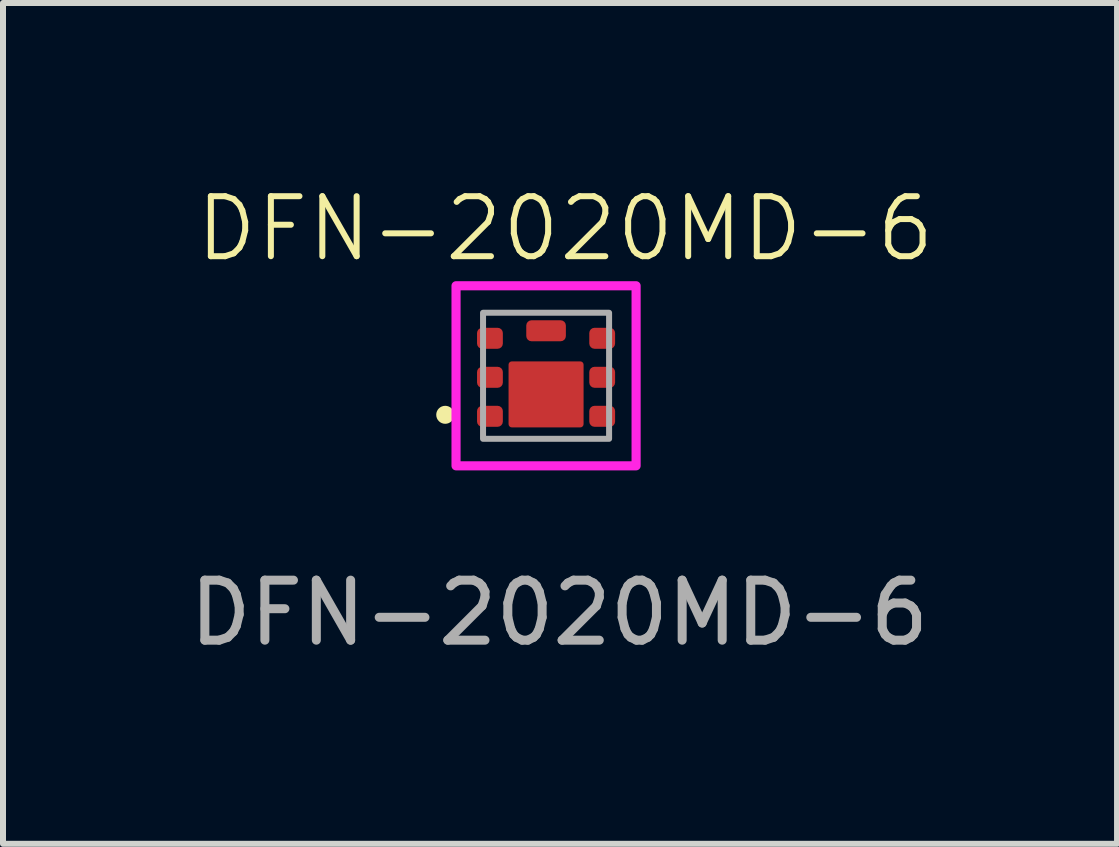
<source format=kicad_pcb>
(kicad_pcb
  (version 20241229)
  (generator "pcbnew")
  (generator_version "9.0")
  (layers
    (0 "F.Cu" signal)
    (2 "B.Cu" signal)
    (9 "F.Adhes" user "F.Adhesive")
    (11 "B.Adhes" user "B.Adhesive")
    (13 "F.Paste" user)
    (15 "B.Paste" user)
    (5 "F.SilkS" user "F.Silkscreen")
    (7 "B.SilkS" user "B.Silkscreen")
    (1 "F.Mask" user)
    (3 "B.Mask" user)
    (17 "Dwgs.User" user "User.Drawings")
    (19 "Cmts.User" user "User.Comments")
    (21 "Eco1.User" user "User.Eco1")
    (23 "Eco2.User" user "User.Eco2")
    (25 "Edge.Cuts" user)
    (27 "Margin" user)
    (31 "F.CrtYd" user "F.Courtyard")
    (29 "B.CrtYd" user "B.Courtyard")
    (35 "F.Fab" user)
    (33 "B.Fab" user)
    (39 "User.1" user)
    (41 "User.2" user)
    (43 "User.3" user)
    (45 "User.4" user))
  (footprint "DFN-2020MD-6"
    (layer "F.Cu")
    (at 5.968 3.461)
    (property "Reference" "DFN-2020MD-6" (at 0.4 -2.7 0) (unlocked yes) (layer "F.SilkS") (effects (font (size 1 1) (thickness 0.1))))
    (attr smd)
    (fp_circle (center -1.6 0.4) (end -1.5 0.4) (stroke (width 0.1) (type solid)) (fill yes) (layer "F.SilkS"))
    (fp_rect (start -1.42 -1.75) (end 1.58 1.25) (stroke (width 0.152) (type solid)) (fill no) (layer "F.CrtYd"))
    (fp_rect (start -0.97 -1.3) (end 1.13 0.8) (stroke (width 0.1) (type solid)) (fill no) (layer "F.Fab"))
    (fp_text user "${REFERENCE}" (at 0.3 3.7 0) (unlocked yes) (layer "F.Fab") (effects (font (size 1 1) (thickness 0.15))))
    (pad "1" smd roundrect (at -0.855 0.425) (size 0.43 0.35) (layers "F.Cu" "F.Mask" "F.Paste") (roundrect_rratio 0.25))
    (pad "2" smd roundrect (at -0.855 -0.225) (size 0.43 0.35) (layers "F.Cu" "F.Mask" "F.Paste") (roundrect_rratio 0.25))
    (pad "3" smd roundrect (at -0.855 -0.875) (size 0.43 0.35) (layers "F.Cu" "F.Mask" "F.Paste") (roundrect_rratio 0.25))
    (pad "4" smd roundrect (at 1.015 -0.875) (size 0.43 0.35) (layers "F.Cu" "F.Mask" "F.Paste") (roundrect_rratio 0.25))
    (pad "5" smd roundrect (at 1.015 -0.225) (size 0.43 0.35) (layers "F.Cu" "F.Mask" "F.Paste") (roundrect_rratio 0.25))
    (pad "6" smd roundrect (at 1.015 0.425) (size 0.43 0.35) (layers "F.Cu" "F.Mask" "F.Paste") (roundrect_rratio 0.25))
    (pad "7" smd roundrect (at 0.08 0.06 270) (size 1.1 1.25) (layers "F.Cu" "F.Mask" "F.Paste") (roundrect_rratio 0.05))
    (pad "8" smd roundrect (at 0.08 -1) (size 0.66 0.35) (layers "F.Cu" "F.Mask" "F.Paste") (roundrect_rratio 0.25)))
  (gr_rect
    (start -3 -3)
    (end 15.561 11.009)
    (stroke (width 0.1) (type default))
    (fill no)
    (layer "Edge.Cuts")))
</source>
